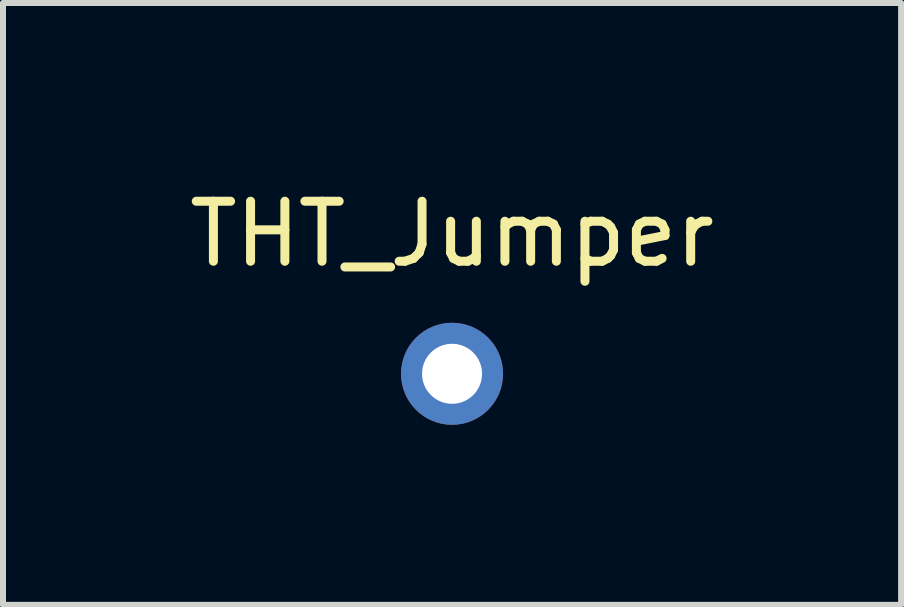
<source format=kicad_pcb>
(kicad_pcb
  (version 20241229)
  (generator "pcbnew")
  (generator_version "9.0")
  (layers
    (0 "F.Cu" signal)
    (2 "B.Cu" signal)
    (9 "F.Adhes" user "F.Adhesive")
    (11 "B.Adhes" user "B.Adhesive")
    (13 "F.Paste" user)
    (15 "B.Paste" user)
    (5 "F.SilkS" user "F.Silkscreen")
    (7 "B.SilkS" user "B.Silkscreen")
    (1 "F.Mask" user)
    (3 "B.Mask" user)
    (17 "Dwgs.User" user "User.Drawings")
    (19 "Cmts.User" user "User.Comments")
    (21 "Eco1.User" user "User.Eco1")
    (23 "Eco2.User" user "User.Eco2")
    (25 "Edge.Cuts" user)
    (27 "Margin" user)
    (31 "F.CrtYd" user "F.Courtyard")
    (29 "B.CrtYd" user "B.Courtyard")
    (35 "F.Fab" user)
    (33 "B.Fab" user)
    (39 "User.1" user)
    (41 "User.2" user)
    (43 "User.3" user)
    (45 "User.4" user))
  (footprint "THT_Jumper"
    (layer "F.Cu")
    (at 4.482 3.178)
    (property "Reference" "THT_Jumper" (at 0 -2.33 0) (layer "F.SilkS") (effects (font (size 1 1) (thickness 0.15))))
    (attr through_hole)
    (pad "1" thru_hole circle (at 0 0) (size 1.7 1.7) (drill 1) (layers "*.Cu" "*.Mask")))
  (gr_rect
    (start -3 -3)
    (end 11.964 7.028)
    (stroke (width 0.1) (type default))
    (fill no)
    (layer "Edge.Cuts")))
</source>
